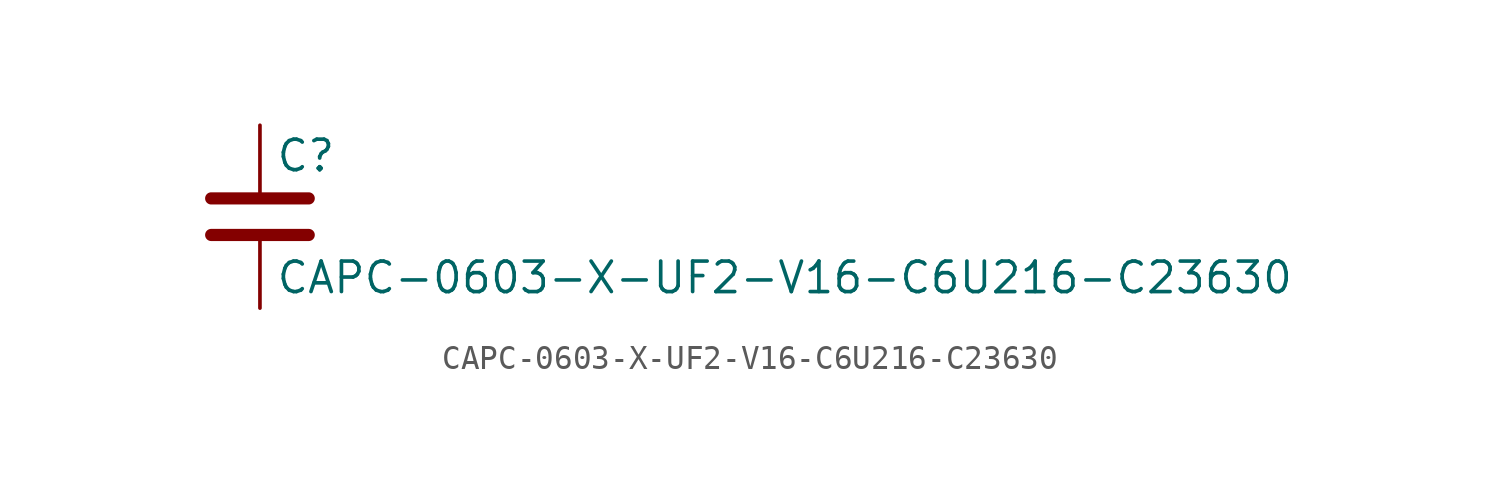
<source format=kicad_sym>
(kicad_symbol_lib
  (version 20211014)
  (generator kicad_symbol_editor)
  (symbol "CAPC-0603-X-UF2-V16-C6U216-C23630"
    (pin_numbers hide)
    (pin_names
      (offset 0.254))
    (property "Reference" "C"
      (at 0.635 2.54 0)
      (effects (font (size 1.27 1.27)) (justify left)))
    (property "Value" "CAPC-0603-X-UF2-V16-C6U216-C23630"
      (at 0.635 -2.54 0)
      (effects (font (size 1.27 1.27)) (justify left)))
    (symbol "CAPC-0603-X-UF2-V16-C6U216-C23630_0_1"
      (polyline (pts (xy -2.032 -0.762) (xy 2.032 -0.762)) (stroke (width 0.508) (type default) (color 0 0 0 0)) (fill (type none)))
      (polyline (pts (xy -2.032 0.762) (xy 2.032 0.762)) (stroke (width 0.508) (type default) (color 0 0 0 0)) (fill (type none))))
    (symbol "CAPC-0603-X-UF2-V16-C6U216-C23630_1_1"
      (pin passive line (at 0 3.81 270) (length 2.794) (name "~" (effects (font (size 1.27 1.27)))) (number "1" (effects (font (size 1.27 1.27)))))
      (pin passive line (at 0 -3.81 90) (length 2.794) (name "~" (effects (font (size 1.27 1.27)))) (number "2" (effects (font (size 1.27 1.27))))))))
</source>
